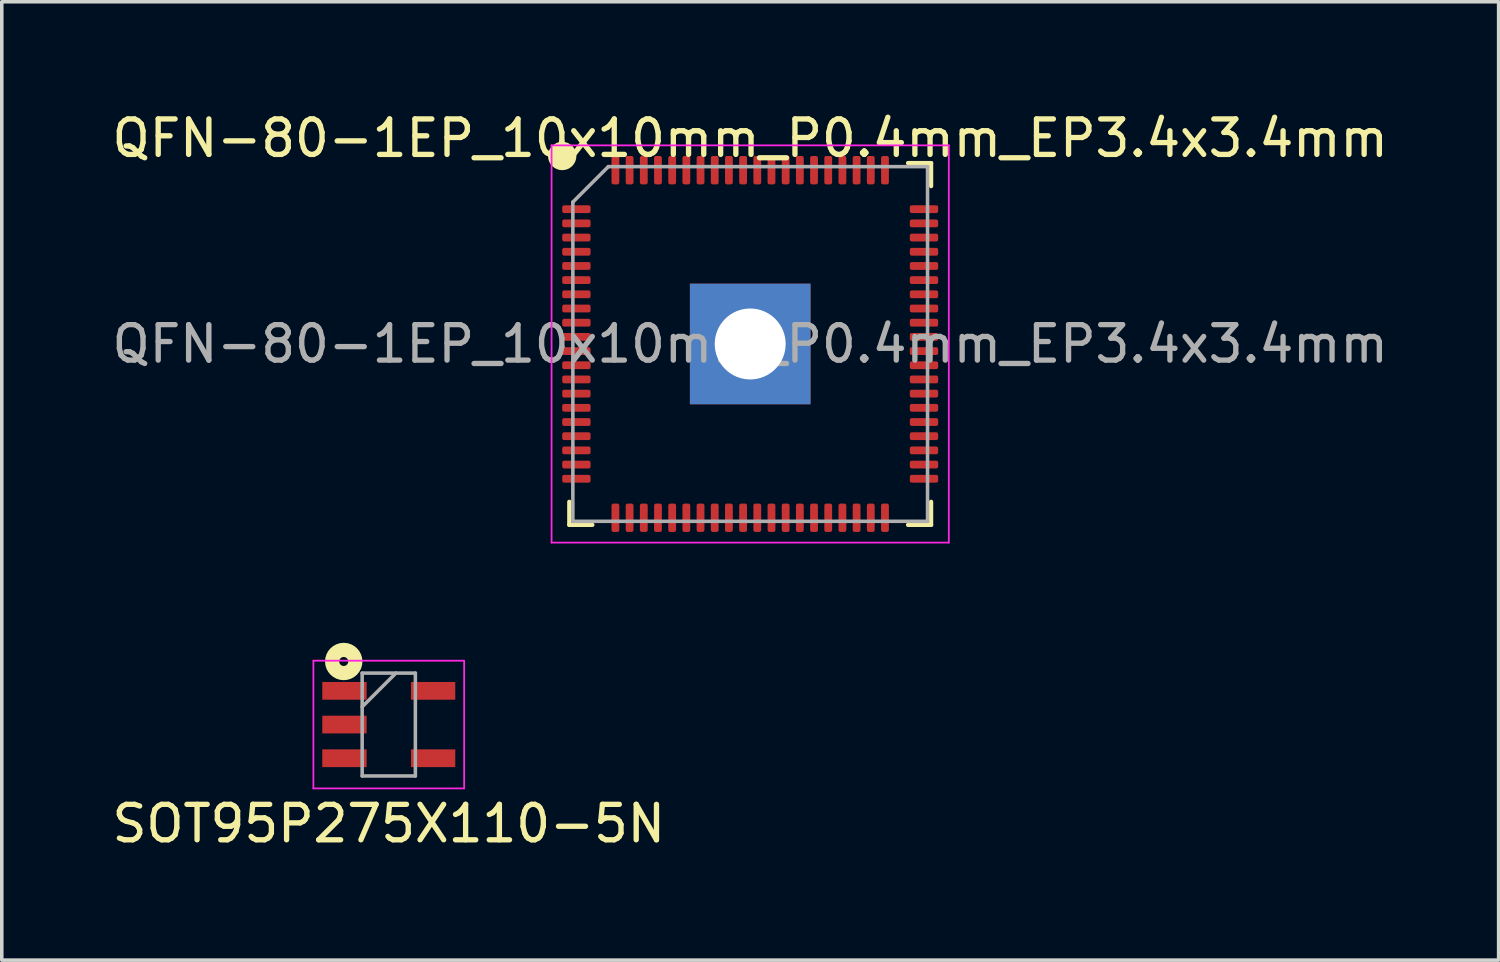
<source format=kicad_pcb>
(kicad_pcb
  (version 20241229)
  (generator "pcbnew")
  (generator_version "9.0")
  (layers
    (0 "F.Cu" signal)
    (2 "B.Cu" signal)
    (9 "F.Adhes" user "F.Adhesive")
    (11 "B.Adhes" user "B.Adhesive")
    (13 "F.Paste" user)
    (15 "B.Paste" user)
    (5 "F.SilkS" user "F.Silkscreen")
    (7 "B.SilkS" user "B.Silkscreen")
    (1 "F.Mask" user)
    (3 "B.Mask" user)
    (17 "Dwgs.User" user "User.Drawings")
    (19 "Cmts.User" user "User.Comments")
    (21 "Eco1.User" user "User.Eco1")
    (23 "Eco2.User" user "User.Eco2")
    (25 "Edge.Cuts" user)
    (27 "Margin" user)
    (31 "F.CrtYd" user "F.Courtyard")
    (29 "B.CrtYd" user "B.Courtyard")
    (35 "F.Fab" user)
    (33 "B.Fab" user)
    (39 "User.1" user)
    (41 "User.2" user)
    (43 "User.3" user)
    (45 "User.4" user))
  (footprint "QFN-80-1EP_10x10mm_P0.4mm_EP3.4x3.4mm"
    (layer "F.Cu")
    (at 18.101 6.648)
    (property "Reference" "QFN-80-1EP_10x10mm_P0.4mm_EP3.4x3.4mm" (at 0 -5.8 0) (layer "F.SilkS") (effects (font (size 1 1) (thickness 0.15))))
    (attr smd)
    (fp_line (start -5.1 5.1) (end -5.1 4.45) (stroke (width 0.12) (type solid)) (layer "F.SilkS"))
    (fp_line (start -4.45 5.1) (end -5.1 5.1) (stroke (width 0.12) (type solid)) (layer "F.SilkS"))
    (fp_line (start 4.45 -5.1) (end 5.1 -5.1) (stroke (width 0.12) (type solid)) (layer "F.SilkS"))
    (fp_line (start 4.45 5.1) (end 5.1 5.1) (stroke (width 0.12) (type solid)) (layer "F.SilkS"))
    (fp_line (start 5.1 -5.1) (end 5.1 -4.45) (stroke (width 0.12) (type solid)) (layer "F.SilkS"))
    (fp_line (start 5.1 5.1) (end 5.1 4.45) (stroke (width 0.12) (type solid)) (layer "F.SilkS"))
    (fp_circle (center -5.3 -5.3) (end -5.1 -5.3) (stroke (width 0.4) (type solid)) (fill no) (layer "F.SilkS"))
    (fp_line (start -5.6 -5.6) (end -5.6 5.6) (stroke (width 0.05) (type solid)) (layer "F.CrtYd"))
    (fp_line (start -5.6 5.6) (end 5.6 5.6) (stroke (width 0.05) (type solid)) (layer "F.CrtYd"))
    (fp_line (start 5.6 -5.6) (end -5.6 -5.6) (stroke (width 0.05) (type solid)) (layer "F.CrtYd"))
    (fp_line (start 5.6 5.6) (end 5.6 -5.6) (stroke (width 0.05) (type solid)) (layer "F.CrtYd"))
    (fp_line (start -5 -4) (end -4 -5) (stroke (width 0.1) (type solid)) (layer "F.Fab"))
    (fp_line (start -5 5) (end -5 -4) (stroke (width 0.1) (type solid)) (layer "F.Fab"))
    (fp_line (start -4 -5) (end 5 -5) (stroke (width 0.1) (type solid)) (layer "F.Fab"))
    (fp_line (start 5 -5) (end 5 5) (stroke (width 0.1) (type solid)) (layer "F.Fab"))
    (fp_line (start 5 5) (end -5 5) (stroke (width 0.1) (type solid)) (layer "F.Fab"))
    (fp_text user "${REFERENCE}" (at 0 0 0) (layer "F.Fab") (effects (font (size 1 1) (thickness 0.15))))
    (pad "1" smd roundrect (at -4.9 -3.8) (size 0.8 0.22) (layers "F.Cu" "F.Mask" "F.Paste") (roundrect_rratio 0.25))
    (pad "2" smd roundrect (at -4.9 -3.4) (size 0.8 0.22) (layers "F.Cu" "F.Mask" "F.Paste") (roundrect_rratio 0.25))
    (pad "3" smd roundrect (at -4.9 -3) (size 0.8 0.22) (layers "F.Cu" "F.Mask" "F.Paste") (roundrect_rratio 0.25))
    (pad "4" smd roundrect (at -4.9 -2.6) (size 0.8 0.22) (layers "F.Cu" "F.Mask" "F.Paste") (roundrect_rratio 0.25))
    (pad "5" smd roundrect (at -4.9 -2.2) (size 0.8 0.22) (layers "F.Cu" "F.Mask" "F.Paste") (roundrect_rratio 0.25))
    (pad "6" smd roundrect (at -4.9 -1.8) (size 0.8 0.22) (layers "F.Cu" "F.Mask" "F.Paste") (roundrect_rratio 0.25))
    (pad "7" smd roundrect (at -4.9 -1.4) (size 0.8 0.22) (layers "F.Cu" "F.Mask" "F.Paste") (roundrect_rratio 0.25))
    (pad "8" smd roundrect (at -4.9 -1) (size 0.8 0.22) (layers "F.Cu" "F.Mask" "F.Paste") (roundrect_rratio 0.25))
    (pad "9" smd roundrect (at -4.9 -0.6) (size 0.8 0.22) (layers "F.Cu" "F.Mask" "F.Paste") (roundrect_rratio 0.25))
    (pad "10" smd roundrect (at -4.9 -0.2) (size 0.8 0.22) (layers "F.Cu" "F.Mask" "F.Paste") (roundrect_rratio 0.25))
    (pad "11" smd roundrect (at -4.9 0.2) (size 0.8 0.22) (layers "F.Cu" "F.Mask" "F.Paste") (roundrect_rratio 0.25))
    (pad "12" smd roundrect (at -4.9 0.6) (size 0.8 0.22) (layers "F.Cu" "F.Mask" "F.Paste") (roundrect_rratio 0.25))
    (pad "13" smd roundrect (at -4.9 1) (size 0.8 0.22) (layers "F.Cu" "F.Mask" "F.Paste") (roundrect_rratio 0.25))
    (pad "14" smd roundrect (at -4.9 1.4) (size 0.8 0.22) (layers "F.Cu" "F.Mask" "F.Paste") (roundrect_rratio 0.25))
    (pad "15" smd roundrect (at -4.9 1.8) (size 0.8 0.22) (layers "F.Cu" "F.Mask" "F.Paste") (roundrect_rratio 0.25))
    (pad "16" smd roundrect (at -4.9 2.2) (size 0.8 0.22) (layers "F.Cu" "F.Mask" "F.Paste") (roundrect_rratio 0.25))
    (pad "17" smd roundrect (at -4.9 2.6) (size 0.8 0.22) (layers "F.Cu" "F.Mask" "F.Paste") (roundrect_rratio 0.25))
    (pad "18" smd roundrect (at -4.9 3) (size 0.8 0.22) (layers "F.Cu" "F.Mask" "F.Paste") (roundrect_rratio 0.25))
    (pad "19" smd roundrect (at -4.9 3.4) (size 0.8 0.22) (layers "F.Cu" "F.Mask" "F.Paste") (roundrect_rratio 0.25))
    (pad "20" smd roundrect (at -4.9 3.8 180) (size 0.8 0.22) (layers "F.Cu" "F.Mask" "F.Paste") (roundrect_rratio 0.25))
    (pad "21" smd roundrect (at -3.8 4.9) (size 0.22 0.8) (layers "F.Cu" "F.Mask" "F.Paste") (roundrect_rratio 0.25))
    (pad "22" smd roundrect (at -3.4 4.9) (size 0.22 0.8) (layers "F.Cu" "F.Mask" "F.Paste") (roundrect_rratio 0.25))
    (pad "23" smd roundrect (at -3 4.9) (size 0.22 0.8) (layers "F.Cu" "F.Mask" "F.Paste") (roundrect_rratio 0.25))
    (pad "24" smd roundrect (at -2.6 4.9) (size 0.22 0.8) (layers "F.Cu" "F.Mask" "F.Paste") (roundrect_rratio 0.25))
    (pad "25" smd roundrect (at -2.2 4.9) (size 0.22 0.8) (layers "F.Cu" "F.Mask" "F.Paste") (roundrect_rratio 0.25))
    (pad "26" smd roundrect (at -1.8 4.9) (size 0.22 0.8) (layers "F.Cu" "F.Mask" "F.Paste") (roundrect_rratio 0.25))
    (pad "27" smd roundrect (at -1.4 4.9) (size 0.22 0.8) (layers "F.Cu" "F.Mask" "F.Paste") (roundrect_rratio 0.25))
    (pad "28" smd roundrect (at -1 4.9) (size 0.22 0.8) (layers "F.Cu" "F.Mask" "F.Paste") (roundrect_rratio 0.25))
    (pad "29" smd roundrect (at -0.6 4.9) (size 0.22 0.8) (layers "F.Cu" "F.Mask" "F.Paste") (roundrect_rratio 0.25))
    (pad "30" smd roundrect (at -0.2 4.9) (size 0.22 0.8) (layers "F.Cu" "F.Mask" "F.Paste") (roundrect_rratio 0.25))
    (pad "31" smd roundrect (at 0.2 4.9) (size 0.22 0.8) (layers "F.Cu" "F.Mask" "F.Paste") (roundrect_rratio 0.25))
    (pad "32" smd roundrect (at 0.6 4.9) (size 0.22 0.8) (layers "F.Cu" "F.Mask" "F.Paste") (roundrect_rratio 0.25))
    (pad "33" smd roundrect (at 1 4.9) (size 0.22 0.8) (layers "F.Cu" "F.Mask" "F.Paste") (roundrect_rratio 0.25))
    (pad "34" smd roundrect (at 1.4 4.9) (size 0.22 0.8) (layers "F.Cu" "F.Mask" "F.Paste") (roundrect_rratio 0.25))
    (pad "35" smd roundrect (at 1.8 4.9) (size 0.22 0.8) (layers "F.Cu" "F.Mask" "F.Paste") (roundrect_rratio 0.25))
    (pad "36" smd roundrect (at 2.2 4.9) (size 0.22 0.8) (layers "F.Cu" "F.Mask" "F.Paste") (roundrect_rratio 0.25))
    (pad "37" smd roundrect (at 2.6 4.9) (size 0.22 0.8) (layers "F.Cu" "F.Mask" "F.Paste") (roundrect_rratio 0.25))
    (pad "38" smd roundrect (at 3 4.9) (size 0.22 0.8) (layers "F.Cu" "F.Mask" "F.Paste") (roundrect_rratio 0.25))
    (pad "39" smd roundrect (at 3.4 4.9) (size 0.22 0.8) (layers "F.Cu" "F.Mask" "F.Paste") (roundrect_rratio 0.25))
    (pad "40" smd roundrect (at 3.8 4.9) (size 0.22 0.8) (layers "F.Cu" "F.Mask" "F.Paste") (roundrect_rratio 0.25))
    (pad "41" smd roundrect (at 4.9 3.8) (size 0.8 0.22) (layers "F.Cu" "F.Mask" "F.Paste") (roundrect_rratio 0.25))
    (pad "42" smd roundrect (at 4.9 3.4) (size 0.8 0.22) (layers "F.Cu" "F.Mask" "F.Paste") (roundrect_rratio 0.25))
    (pad "43" smd roundrect (at 4.9 3) (size 0.8 0.22) (layers "F.Cu" "F.Mask" "F.Paste") (roundrect_rratio 0.25))
    (pad "44" smd roundrect (at 4.9 2.6) (size 0.8 0.22) (layers "F.Cu" "F.Mask" "F.Paste") (roundrect_rratio 0.25))
    (pad "45" smd roundrect (at 4.9 2.2) (size 0.8 0.22) (layers "F.Cu" "F.Mask" "F.Paste") (roundrect_rratio 0.25))
    (pad "46" smd roundrect (at 4.9 1.8) (size 0.8 0.22) (layers "F.Cu" "F.Mask" "F.Paste") (roundrect_rratio 0.25))
    (pad "47" smd roundrect (at 4.9 1.4) (size 0.8 0.22) (layers "F.Cu" "F.Mask" "F.Paste") (roundrect_rratio 0.25))
    (pad "48" smd roundrect (at 4.9 1) (size 0.8 0.22) (layers "F.Cu" "F.Mask" "F.Paste") (roundrect_rratio 0.25))
    (pad "49" smd roundrect (at 4.9 0.6) (size 0.8 0.22) (layers "F.Cu" "F.Mask" "F.Paste") (roundrect_rratio 0.25))
    (pad "50" smd roundrect (at 4.9 0.2) (size 0.8 0.22) (layers "F.Cu" "F.Mask" "F.Paste") (roundrect_rratio 0.25))
    (pad "51" smd roundrect (at 4.9 -0.2) (size 0.8 0.22) (layers "F.Cu" "F.Mask" "F.Paste") (roundrect_rratio 0.25))
    (pad "52" smd roundrect (at 4.9 -0.6) (size 0.8 0.22) (layers "F.Cu" "F.Mask" "F.Paste") (roundrect_rratio 0.25))
    (pad "53" smd roundrect (at 4.9 -1) (size 0.8 0.22) (layers "F.Cu" "F.Mask" "F.Paste") (roundrect_rratio 0.25))
    (pad "54" smd roundrect (at 4.9 -1.4) (size 0.8 0.22) (layers "F.Cu" "F.Mask" "F.Paste") (roundrect_rratio 0.25))
    (pad "55" smd roundrect (at 4.9 -1.8) (size 0.8 0.22) (layers "F.Cu" "F.Mask" "F.Paste") (roundrect_rratio 0.25))
    (pad "56" smd roundrect (at 4.9 -2.2) (size 0.8 0.22) (layers "F.Cu" "F.Mask" "F.Paste") (roundrect_rratio 0.25))
    (pad "57" smd roundrect (at 4.9 -2.6) (size 0.8 0.22) (layers "F.Cu" "F.Mask" "F.Paste") (roundrect_rratio 0.25))
    (pad "58" smd roundrect (at 4.9 -3) (size 0.8 0.22) (layers "F.Cu" "F.Mask" "F.Paste") (roundrect_rratio 0.25))
    (pad "59" smd roundrect (at 4.9 -3.4) (size 0.8 0.22) (layers "F.Cu" "F.Mask" "F.Paste") (roundrect_rratio 0.25))
    (pad "60" smd roundrect (at 4.9 -3.8) (size 0.8 0.22) (layers "F.Cu" "F.Mask" "F.Paste") (roundrect_rratio 0.25))
    (pad "61" smd roundrect (at 3.8 -4.9) (size 0.22 0.8) (layers "F.Cu" "F.Mask" "F.Paste") (roundrect_rratio 0.25))
    (pad "62" smd roundrect (at 3.4 -4.9) (size 0.22 0.8) (layers "F.Cu" "F.Mask" "F.Paste") (roundrect_rratio 0.25))
    (pad "63" smd roundrect (at 3 -4.9) (size 0.22 0.8) (layers "F.Cu" "F.Mask" "F.Paste") (roundrect_rratio 0.25))
    (pad "64" smd roundrect (at 2.6 -4.9) (size 0.22 0.8) (layers "F.Cu" "F.Mask" "F.Paste") (roundrect_rratio 0.25))
    (pad "65" smd roundrect (at 2.2 -4.9) (size 0.22 0.8) (layers "F.Cu" "F.Mask" "F.Paste") (roundrect_rratio 0.25))
    (pad "66" smd roundrect (at 1.8 -4.9) (size 0.22 0.8) (layers "F.Cu" "F.Mask" "F.Paste") (roundrect_rratio 0.25))
    (pad "67" smd roundrect (at 1.4 -4.9) (size 0.22 0.8) (layers "F.Cu" "F.Mask" "F.Paste") (roundrect_rratio 0.25))
    (pad "68" smd roundrect (at 1 -4.9) (size 0.22 0.8) (layers "F.Cu" "F.Mask" "F.Paste") (roundrect_rratio 0.25))
    (pad "69" smd roundrect (at 0.6 -4.9) (size 0.22 0.8) (layers "F.Cu" "F.Mask" "F.Paste") (roundrect_rratio 0.25))
    (pad "70" smd roundrect (at 0.2 -4.9) (size 0.22 0.8) (layers "F.Cu" "F.Mask" "F.Paste") (roundrect_rratio 0.25))
    (pad "71" smd roundrect (at -0.2 -4.9) (size 0.22 0.8) (layers "F.Cu" "F.Mask" "F.Paste") (roundrect_rratio 0.25))
    (pad "72" smd roundrect (at -0.6 -4.9) (size 0.22 0.8) (layers "F.Cu" "F.Mask" "F.Paste") (roundrect_rratio 0.25))
    (pad "73" smd roundrect (at -1 -4.9) (size 0.22 0.8) (layers "F.Cu" "F.Mask" "F.Paste") (roundrect_rratio 0.25))
    (pad "74" smd roundrect (at -1.4 -4.9) (size 0.22 0.8) (layers "F.Cu" "F.Mask" "F.Paste") (roundrect_rratio 0.25))
    (pad "75" smd roundrect (at -1.8 -4.9) (size 0.22 0.8) (layers "F.Cu" "F.Mask" "F.Paste") (roundrect_rratio 0.25))
    (pad "76" smd roundrect (at -2.2 -4.9) (size 0.22 0.8) (layers "F.Cu" "F.Mask" "F.Paste") (roundrect_rratio 0.25))
    (pad "77" smd roundrect (at -2.6 -4.9) (size 0.22 0.8) (layers "F.Cu" "F.Mask" "F.Paste") (roundrect_rratio 0.25))
    (pad "78" smd roundrect (at -3 -4.9) (size 0.22 0.8) (layers "F.Cu" "F.Mask" "F.Paste") (roundrect_rratio 0.25))
    (pad "79" smd roundrect (at -3.4 -4.9) (size 0.22 0.8) (layers "F.Cu" "F.Mask" "F.Paste") (roundrect_rratio 0.25))
    (pad "80" smd roundrect (at -3.8 -4.9) (size 0.22 0.8) (layers "F.Cu" "F.Mask" "F.Paste") (roundrect_rratio 0.25))
    (pad "81" thru_hole rect (at 0 0) (size 3.4 3.4) (drill 2) (layers "*.Cu" "*.Mask")))
  (footprint "SOT95P275X110-5N"
    (layer "F.Cu")
    (at 7.911 17.378)
    (property "Reference" "SOT95P275X110-5N" (at 0 2.794 0) (layer "F.SilkS") (effects (font (size 1 1) (thickness 0.15))))
    (attr smd)
    (fp_circle (center -1.27 -1.778) (end -1.143 -1.778) (stroke (width 0.4) (type solid)) (fill no) (layer "F.SilkS"))
    (fp_line (start -2.125 -1.8) (end 2.125 -1.8) (stroke (width 0.05) (type solid)) (layer "F.CrtYd"))
    (fp_line (start -2.125 1.8) (end -2.125 -1.8) (stroke (width 0.05) (type solid)) (layer "F.CrtYd"))
    (fp_line (start 2.125 -1.8) (end 2.125 1.8) (stroke (width 0.05) (type solid)) (layer "F.CrtYd"))
    (fp_line (start 2.125 1.8) (end -2.125 1.8) (stroke (width 0.05) (type solid)) (layer "F.CrtYd"))
    (fp_line (start -0.75 -1.45) (end 0.75 -1.45) (stroke (width 0.1) (type solid)) (layer "F.Fab"))
    (fp_line (start -0.75 -0.5) (end 0.2 -1.45) (stroke (width 0.1) (type solid)) (layer "F.Fab"))
    (fp_line (start -0.75 1.45) (end -0.75 -1.45) (stroke (width 0.1) (type solid)) (layer "F.Fab"))
    (fp_line (start 0.75 -1.45) (end 0.75 1.45) (stroke (width 0.1) (type solid)) (layer "F.Fab"))
    (fp_line (start 0.75 1.45) (end -0.75 1.45) (stroke (width 0.1) (type solid)) (layer "F.Fab"))
    (pad "1" smd rect (at -1.25 -0.95 90) (size 0.5 1.25) (layers "F.Cu" "F.Mask" "F.Paste"))
    (pad "2" smd rect (at -1.25 0 90) (size 0.5 1.25) (layers "F.Cu" "F.Mask" "F.Paste"))
    (pad "3" smd rect (at -1.25 0.95 90) (size 0.5 1.25) (layers "F.Cu" "F.Mask" "F.Paste"))
    (pad "4" smd rect (at 1.25 0.95 90) (size 0.5 1.25) (layers "F.Cu" "F.Mask" "F.Paste"))
    (pad "5" smd rect (at 1.25 -0.95 90) (size 0.5 1.25) (layers "F.Cu" "F.Mask" "F.Paste")))
  (gr_rect
    (start -3 -3)
    (end 39.202 24.02)
    (stroke (width 0.1) (type default))
    (fill no)
    (layer "Edge.Cuts")))
</source>
